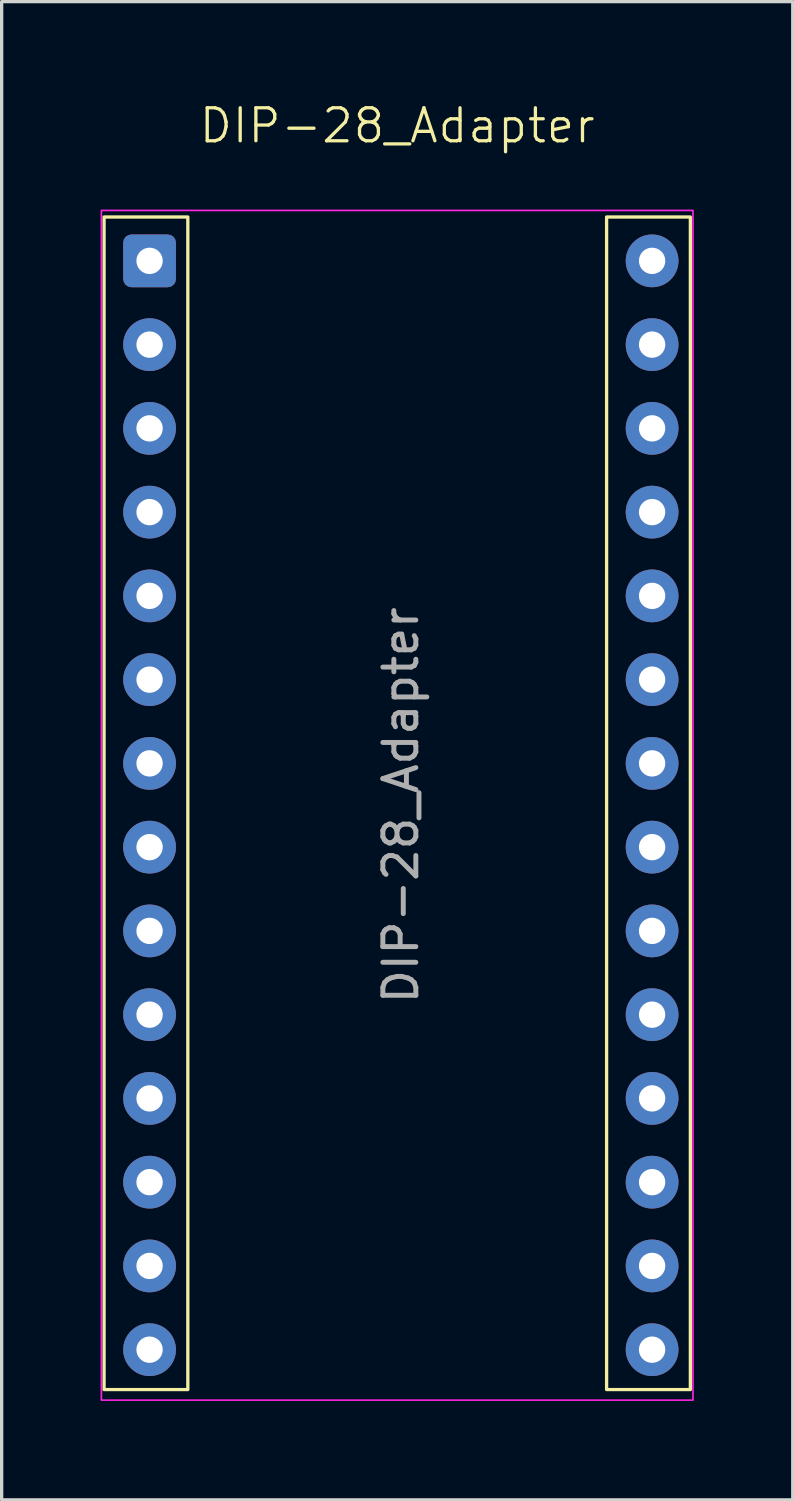
<source format=kicad_pcb>
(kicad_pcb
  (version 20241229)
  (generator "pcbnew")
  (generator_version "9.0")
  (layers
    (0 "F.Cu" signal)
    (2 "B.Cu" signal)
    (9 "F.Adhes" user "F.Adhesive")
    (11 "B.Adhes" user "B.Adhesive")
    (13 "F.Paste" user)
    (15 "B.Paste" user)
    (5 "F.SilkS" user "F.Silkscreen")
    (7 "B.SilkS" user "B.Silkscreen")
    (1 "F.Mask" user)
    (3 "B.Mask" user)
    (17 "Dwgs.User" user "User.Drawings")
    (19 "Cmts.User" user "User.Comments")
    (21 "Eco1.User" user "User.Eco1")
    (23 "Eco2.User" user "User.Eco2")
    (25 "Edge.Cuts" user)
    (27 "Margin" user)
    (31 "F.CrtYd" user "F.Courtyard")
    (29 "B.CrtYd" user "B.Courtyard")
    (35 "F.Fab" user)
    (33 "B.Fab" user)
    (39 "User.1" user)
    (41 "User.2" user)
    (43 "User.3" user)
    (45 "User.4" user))
  (footprint "DIP-28_Adapter"
    (layer "F.Cu")
    (at 1.376 4.801)
    (property "Reference" "DIP-28_Adapter" (at 7.62 -4.04 0) (unlocked yes) (layer "F.SilkS") (effects (font (size 1 1) (thickness 0.1))))
    (attr through_hole)
    (fp_rect (start -1.27 -1.27) (end 1.27 34.29) (stroke (width 0.1) (type default)) (fill no) (layer "F.SilkS"))
    (fp_rect (start 13.97 -1.27) (end 16.51 34.29) (stroke (width 0.1) (type default)) (fill no) (layer "F.SilkS"))
    (fp_rect (start -1.351 -1.47) (end 16.59 34.61) (stroke (width 0.05) (type solid)) (fill no) (layer "F.CrtYd"))
    (fp_text user "${REFERENCE}" (at 7.73 16.57 90) (layer "F.Fab") (effects (font (size 1 1) (thickness 0.15))))
    (pad "1" thru_hole roundrect (at 0.11 0.06) (size 1.6 1.6) (drill 0.8) (layers "*.Cu" "*.Mask") (roundrect_rratio 0.156))
    (pad "2" thru_hole circle (at 0.11 2.6) (size 1.6 1.6) (drill 0.8) (layers "*.Cu" "*.Mask"))
    (pad "3" thru_hole circle (at 0.11 5.14) (size 1.6 1.6) (drill 0.8) (layers "*.Cu" "*.Mask"))
    (pad "4" thru_hole circle (at 0.11 7.68) (size 1.6 1.6) (drill 0.8) (layers "*.Cu" "*.Mask"))
    (pad "5" thru_hole circle (at 0.11 10.22) (size 1.6 1.6) (drill 0.8) (layers "*.Cu" "*.Mask"))
    (pad "6" thru_hole circle (at 0.11 12.76) (size 1.6 1.6) (drill 0.8) (layers "*.Cu" "*.Mask"))
    (pad "7" thru_hole circle (at 0.11 15.3) (size 1.6 1.6) (drill 0.8) (layers "*.Cu" "*.Mask"))
    (pad "8" thru_hole circle (at 0.11 17.84) (size 1.6 1.6) (drill 0.8) (layers "*.Cu" "*.Mask"))
    (pad "9" thru_hole circle (at 0.11 20.38) (size 1.6 1.6) (drill 0.8) (layers "*.Cu" "*.Mask"))
    (pad "10" thru_hole circle (at 0.11 22.92) (size 1.6 1.6) (drill 0.8) (layers "*.Cu" "*.Mask"))
    (pad "11" thru_hole circle (at 0.11 25.46) (size 1.6 1.6) (drill 0.8) (layers "*.Cu" "*.Mask"))
    (pad "12" thru_hole circle (at 0.11 28) (size 1.6 1.6) (drill 0.8) (layers "*.Cu" "*.Mask"))
    (pad "13" thru_hole circle (at 0.11 30.54) (size 1.6 1.6) (drill 0.8) (layers "*.Cu" "*.Mask"))
    (pad "14" thru_hole circle (at 0.11 33.08) (size 1.6 1.6) (drill 0.8) (layers "*.Cu" "*.Mask"))
    (pad "15" thru_hole circle (at 15.35 33.08) (size 1.6 1.6) (drill 0.8) (layers "*.Cu" "*.Mask"))
    (pad "16" thru_hole circle (at 15.35 30.54) (size 1.6 1.6) (drill 0.8) (layers "*.Cu" "*.Mask"))
    (pad "17" thru_hole circle (at 15.35 28) (size 1.6 1.6) (drill 0.8) (layers "*.Cu" "*.Mask"))
    (pad "18" thru_hole circle (at 15.35 25.46) (size 1.6 1.6) (drill 0.8) (layers "*.Cu" "*.Mask"))
    (pad "19" thru_hole circle (at 15.35 22.92) (size 1.6 1.6) (drill 0.8) (layers "*.Cu" "*.Mask"))
    (pad "20" thru_hole circle (at 15.35 20.38) (size 1.6 1.6) (drill 0.8) (layers "*.Cu" "*.Mask"))
    (pad "21" thru_hole circle (at 15.35 17.84) (size 1.6 1.6) (drill 0.8) (layers "*.Cu" "*.Mask"))
    (pad "22" thru_hole circle (at 15.35 15.3) (size 1.6 1.6) (drill 0.8) (layers "*.Cu" "*.Mask"))
    (pad "23" thru_hole circle (at 15.35 12.76) (size 1.6 1.6) (drill 0.8) (layers "*.Cu" "*.Mask"))
    (pad "24" thru_hole circle (at 15.35 10.22) (size 1.6 1.6) (drill 0.8) (layers "*.Cu" "*.Mask"))
    (pad "25" thru_hole circle (at 15.35 7.68) (size 1.6 1.6) (drill 0.8) (layers "*.Cu" "*.Mask"))
    (pad "26" thru_hole circle (at 15.35 5.14) (size 1.6 1.6) (drill 0.8) (layers "*.Cu" "*.Mask"))
    (pad "27" thru_hole circle (at 15.35 2.6) (size 1.6 1.6) (drill 0.8) (layers "*.Cu" "*.Mask"))
    (pad "28" thru_hole circle (at 15.35 0.06) (size 1.6 1.6) (drill 0.8) (layers "*.Cu" "*.Mask")))
  (gr_rect
    (start -3 -3)
    (end 20.991 42.435)
    (stroke (width 0.1) (type default))
    (fill no)
    (layer "Edge.Cuts")))
</source>
